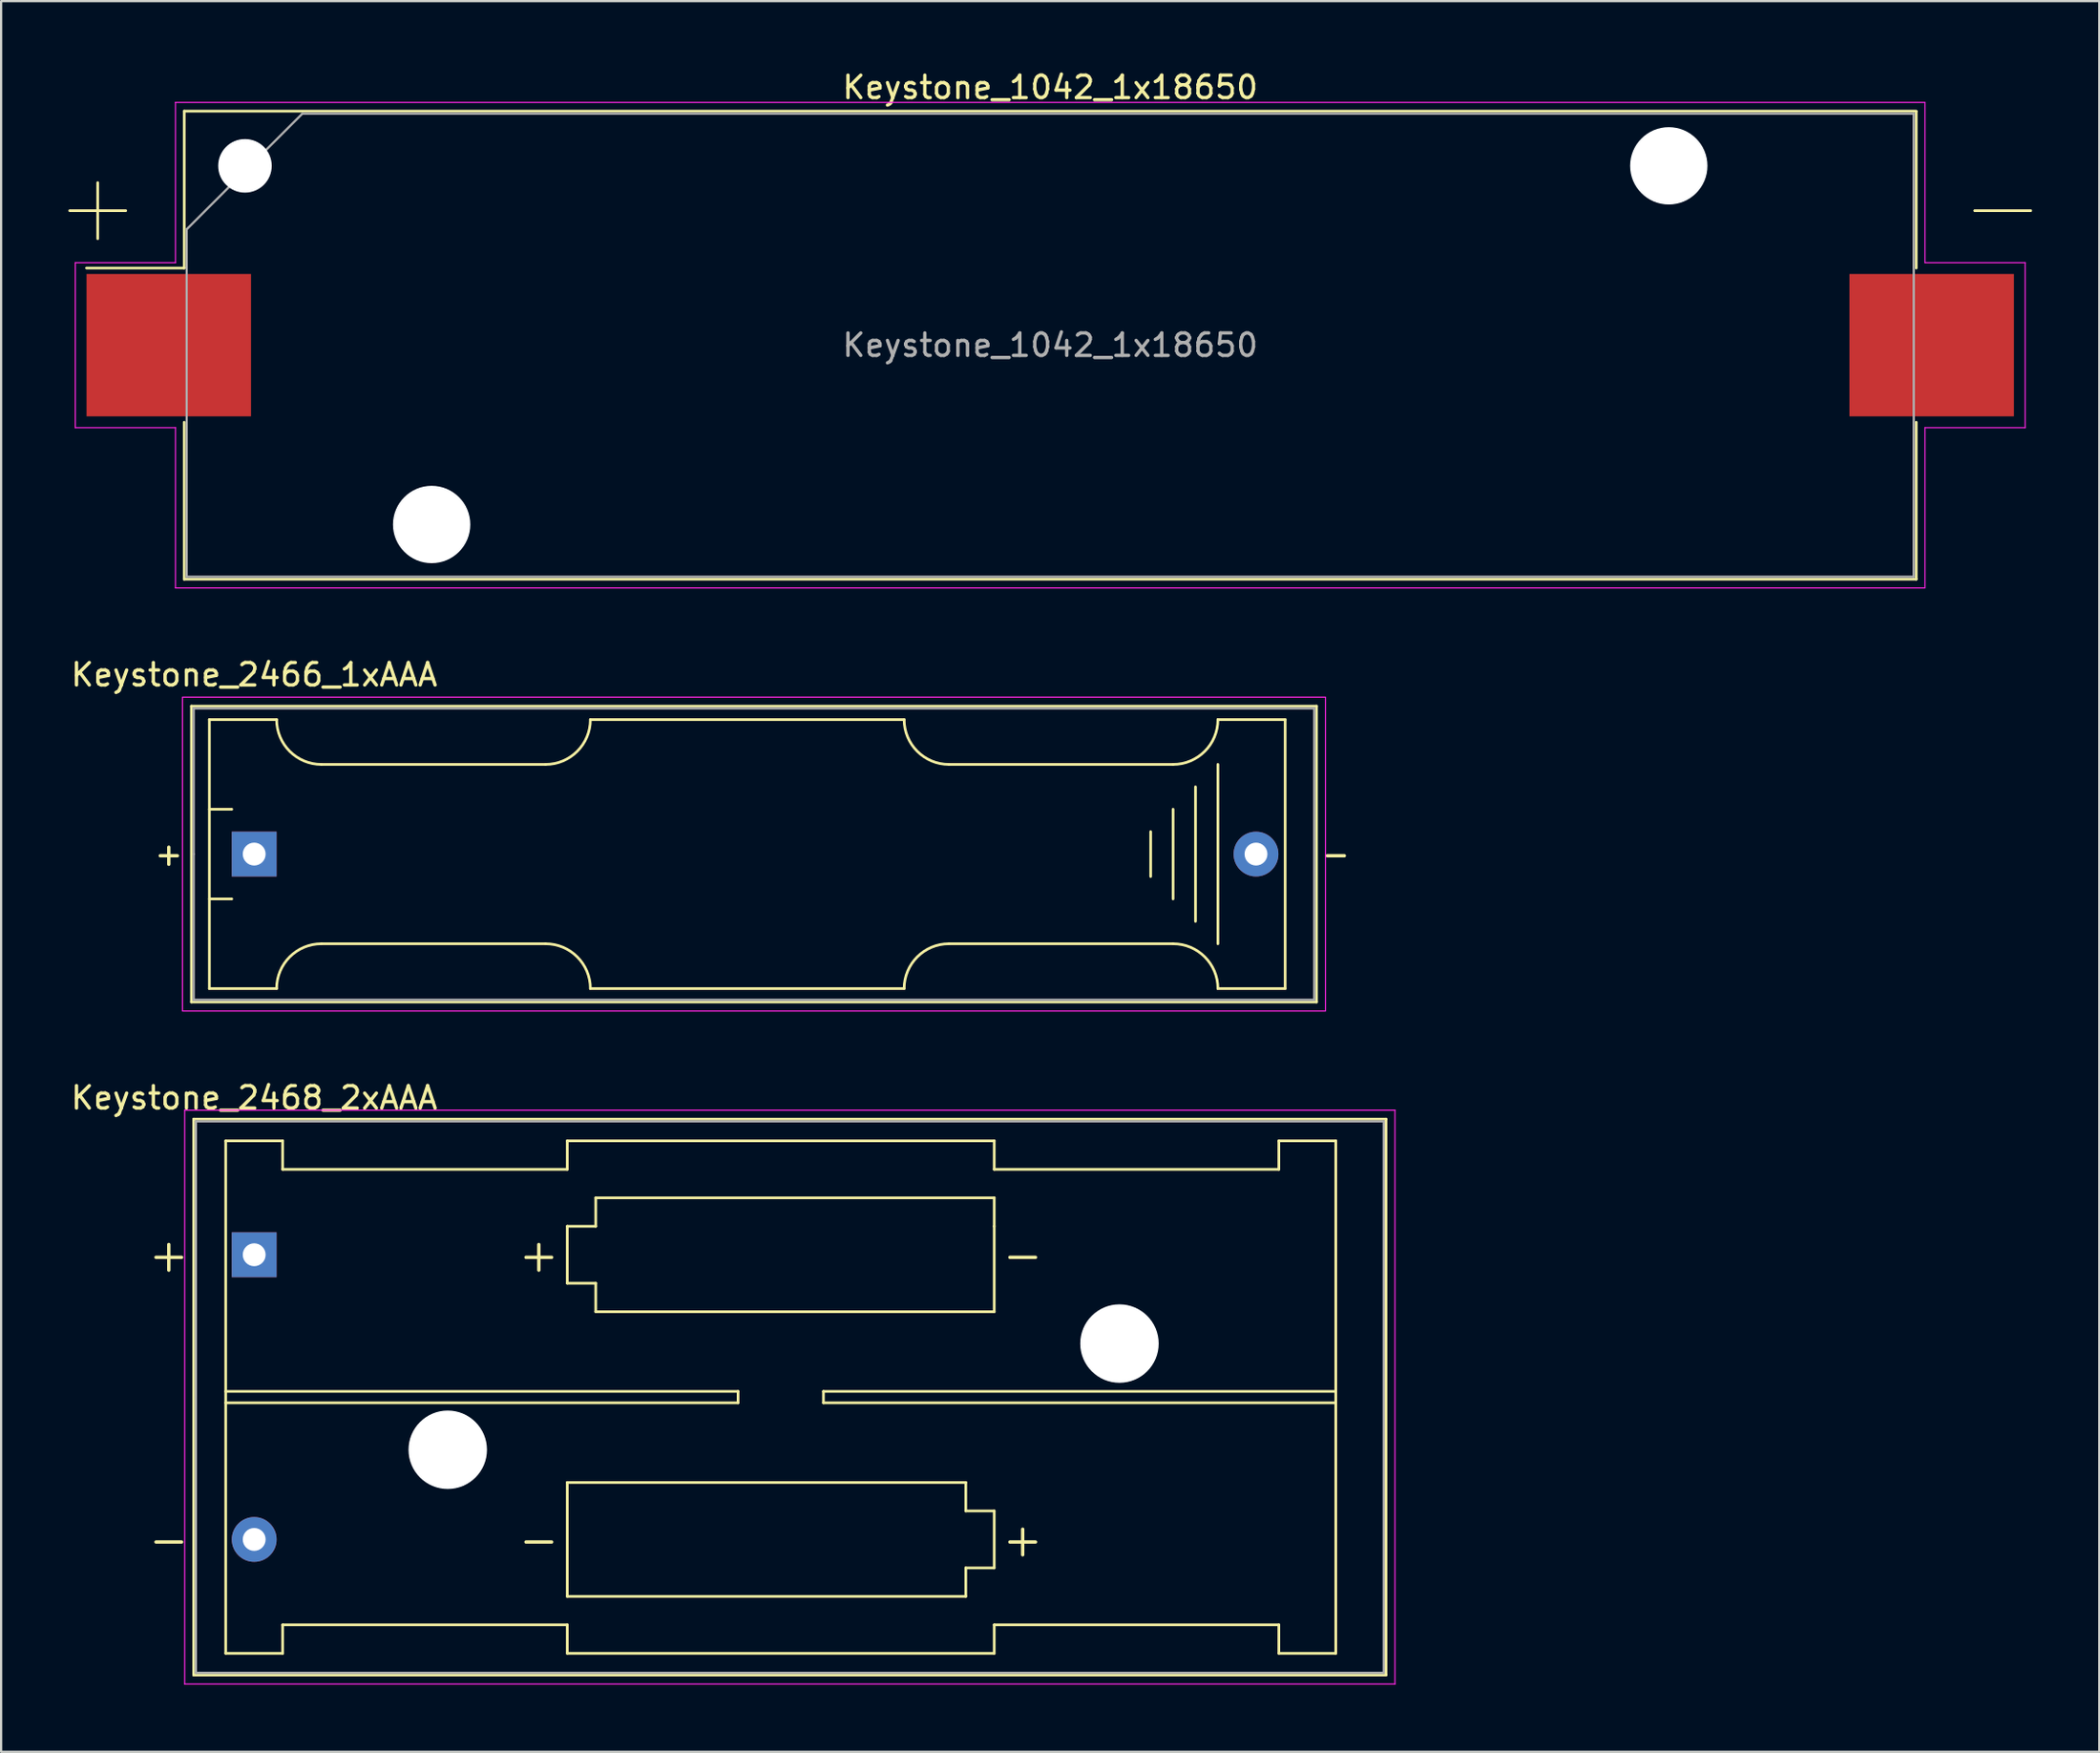
<source format=kicad_pcb>
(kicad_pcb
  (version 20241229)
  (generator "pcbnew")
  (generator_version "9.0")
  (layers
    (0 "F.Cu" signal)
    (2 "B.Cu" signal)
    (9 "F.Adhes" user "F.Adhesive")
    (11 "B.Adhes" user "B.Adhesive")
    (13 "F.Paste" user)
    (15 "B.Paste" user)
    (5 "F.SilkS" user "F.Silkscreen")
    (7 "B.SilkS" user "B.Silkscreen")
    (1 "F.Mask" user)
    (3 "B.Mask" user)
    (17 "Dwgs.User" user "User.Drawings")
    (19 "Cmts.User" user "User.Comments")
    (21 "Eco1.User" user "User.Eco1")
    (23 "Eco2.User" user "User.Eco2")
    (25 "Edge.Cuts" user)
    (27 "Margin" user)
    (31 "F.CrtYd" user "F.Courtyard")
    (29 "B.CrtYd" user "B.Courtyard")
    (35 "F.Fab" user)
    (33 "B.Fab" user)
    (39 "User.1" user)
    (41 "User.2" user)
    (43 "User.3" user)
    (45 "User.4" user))
  (footprint "Keystone_2468_2xAAA"
    (layer "F.Cu")
    (at 8.292 52.925)
    (property "Reference" "Keystone_2468_2xAAA" (at 0 -7 180) (layer "F.SilkS") (effects (font (size 1 1) (thickness 0.15))))
    (attr through_hole)
    (fp_line (start -2.7 -6.05) (end -2.7 18.75) (stroke (width 0.12) (type solid)) (layer "F.SilkS"))
    (fp_line (start -2.7 18.75) (end 50.5 18.75) (stroke (width 0.12) (type solid)) (layer "F.SilkS"))
    (fp_line (start -1.27 -5.08) (end -1.27 17.78) (stroke (width 0.12) (type solid)) (layer "F.SilkS"))
    (fp_line (start -1.27 6.096) (end 21.59 6.096) (stroke (width 0.12) (type solid)) (layer "F.SilkS"))
    (fp_line (start -1.27 17.78) (end 1.27 17.78) (stroke (width 0.12) (type solid)) (layer "F.SilkS"))
    (fp_line (start 1.27 -5.08) (end -1.27 -5.08) (stroke (width 0.12) (type solid)) (layer "F.SilkS"))
    (fp_line (start 1.27 -3.81) (end 1.27 -5.08) (stroke (width 0.12) (type solid)) (layer "F.SilkS"))
    (fp_line (start 1.27 -3.81) (end 13.97 -3.81) (stroke (width 0.12) (type solid)) (layer "F.SilkS"))
    (fp_line (start 1.27 16.51) (end 13.97 16.51) (stroke (width 0.12) (type solid)) (layer "F.SilkS"))
    (fp_line (start 1.27 17.78) (end 1.27 16.51) (stroke (width 0.12) (type solid)) (layer "F.SilkS"))
    (fp_line (start 13.97 -5.08) (end 13.97 -3.81) (stroke (width 0.12) (type solid)) (layer "F.SilkS"))
    (fp_line (start 13.97 -1.27) (end 15.24 -1.27) (stroke (width 0.12) (type solid)) (layer "F.SilkS"))
    (fp_line (start 13.97 1.27) (end 13.97 -1.27) (stroke (width 0.12) (type solid)) (layer "F.SilkS"))
    (fp_line (start 13.97 10.16) (end 31.75 10.16) (stroke (width 0.12) (type solid)) (layer "F.SilkS"))
    (fp_line (start 13.97 15.24) (end 13.97 10.16) (stroke (width 0.12) (type solid)) (layer "F.SilkS"))
    (fp_line (start 13.97 16.51) (end 13.97 17.78) (stroke (width 0.12) (type solid)) (layer "F.SilkS"))
    (fp_line (start 13.97 17.78) (end 33.02 17.78) (stroke (width 0.12) (type solid)) (layer "F.SilkS"))
    (fp_line (start 15.24 -2.54) (end 33.02 -2.54) (stroke (width 0.12) (type solid)) (layer "F.SilkS"))
    (fp_line (start 15.24 -1.27) (end 15.24 -2.54) (stroke (width 0.12) (type solid)) (layer "F.SilkS"))
    (fp_line (start 15.24 1.27) (end 13.97 1.27) (stroke (width 0.12) (type solid)) (layer "F.SilkS"))
    (fp_line (start 15.24 2.54) (end 15.24 1.27) (stroke (width 0.12) (type solid)) (layer "F.SilkS"))
    (fp_line (start 21.59 6.096) (end 21.59 6.604) (stroke (width 0.12) (type solid)) (layer "F.SilkS"))
    (fp_line (start 21.59 6.604) (end -1.27 6.604) (stroke (width 0.12) (type solid)) (layer "F.SilkS"))
    (fp_line (start 25.4 6.096) (end 25.4 6.604) (stroke (width 0.12) (type solid)) (layer "F.SilkS"))
    (fp_line (start 25.4 6.604) (end 48.26 6.604) (stroke (width 0.12) (type solid)) (layer "F.SilkS"))
    (fp_line (start 31.75 10.16) (end 31.75 11.43) (stroke (width 0.12) (type solid)) (layer "F.SilkS"))
    (fp_line (start 31.75 11.43) (end 33.02 11.43) (stroke (width 0.12) (type solid)) (layer "F.SilkS"))
    (fp_line (start 31.75 13.97) (end 31.75 15.24) (stroke (width 0.12) (type solid)) (layer "F.SilkS"))
    (fp_line (start 31.75 15.24) (end 13.97 15.24) (stroke (width 0.12) (type solid)) (layer "F.SilkS"))
    (fp_line (start 33.02 -5.08) (end 13.97 -5.08) (stroke (width 0.12) (type solid)) (layer "F.SilkS"))
    (fp_line (start 33.02 -3.81) (end 33.02 -5.08) (stroke (width 0.12) (type solid)) (layer "F.SilkS"))
    (fp_line (start 33.02 -2.54) (end 33.02 -1.27) (stroke (width 0.12) (type solid)) (layer "F.SilkS"))
    (fp_line (start 33.02 -1.27) (end 33.02 2.54) (stroke (width 0.12) (type solid)) (layer "F.SilkS"))
    (fp_line (start 33.02 2.54) (end 15.24 2.54) (stroke (width 0.12) (type solid)) (layer "F.SilkS"))
    (fp_line (start 33.02 11.43) (end 33.02 13.97) (stroke (width 0.12) (type solid)) (layer "F.SilkS"))
    (fp_line (start 33.02 13.97) (end 31.75 13.97) (stroke (width 0.12) (type solid)) (layer "F.SilkS"))
    (fp_line (start 33.02 17.78) (end 33.02 16.51) (stroke (width 0.12) (type solid)) (layer "F.SilkS"))
    (fp_line (start 45.72 -5.08) (end 45.72 -3.81) (stroke (width 0.12) (type solid)) (layer "F.SilkS"))
    (fp_line (start 45.72 -3.81) (end 33.02 -3.81) (stroke (width 0.12) (type solid)) (layer "F.SilkS"))
    (fp_line (start 45.72 16.51) (end 33.02 16.51) (stroke (width 0.12) (type solid)) (layer "F.SilkS"))
    (fp_line (start 45.72 17.78) (end 45.72 16.51) (stroke (width 0.12) (type solid)) (layer "F.SilkS"))
    (fp_line (start 48.26 -5.08) (end 45.72 -5.08) (stroke (width 0.12) (type solid)) (layer "F.SilkS"))
    (fp_line (start 48.26 -5.08) (end 48.26 17.78) (stroke (width 0.12) (type solid)) (layer "F.SilkS"))
    (fp_line (start 48.26 6.096) (end 25.4 6.096) (stroke (width 0.12) (type solid)) (layer "F.SilkS"))
    (fp_line (start 48.26 17.78) (end 45.72 17.78) (stroke (width 0.12) (type solid)) (layer "F.SilkS"))
    (fp_line (start 50.5 -6.05) (end -2.7 -6.05) (stroke (width 0.12) (type solid)) (layer "F.SilkS"))
    (fp_line (start 50.5 18.75) (end 50.5 -6.05) (stroke (width 0.12) (type solid)) (layer "F.SilkS"))
    (fp_line (start -3.1 -6.45) (end -3.1 19.15) (stroke (width 0.05) (type solid)) (layer "F.CrtYd"))
    (fp_line (start -3.1 19.15) (end 50.9 19.15) (stroke (width 0.05) (type solid)) (layer "F.CrtYd"))
    (fp_line (start 50.9 -6.45) (end -3.1 -6.45) (stroke (width 0.05) (type solid)) (layer "F.CrtYd"))
    (fp_line (start 50.9 19.15) (end 50.9 -6.45) (stroke (width 0.05) (type solid)) (layer "F.CrtYd"))
    (fp_line (start -2.6 -5.95) (end 50.4 -5.95) (stroke (width 0.1) (type solid)) (layer "F.Fab"))
    (fp_line (start -2.6 6.35) (end -2.6 -5.95) (stroke (width 0.1) (type solid)) (layer "F.Fab"))
    (fp_line (start -2.6 18.65) (end -2.6 6.35) (stroke (width 0.1) (type solid)) (layer "F.Fab"))
    (fp_line (start -2.6 18.65) (end 50.4 18.65) (stroke (width 0.1) (type solid)) (layer "F.Fab"))
    (fp_line (start 50.4 18.65) (end 50.4 -5.95) (stroke (width 0.1) (type solid)) (layer "F.Fab"))
    (fp_text user "-" (at 34.29 0 0) (layer "F.SilkS") (effects (font (size 1.5 1.5) (thickness 0.15))))
    (fp_text user "-" (at 12.7 12.7 0) (layer "F.SilkS") (effects (font (size 1.5 1.5) (thickness 0.15))))
    (fp_text user "+" (at -3.81 0 0) (layer "F.SilkS") (effects (font (size 1.5 1.5) (thickness 0.15))))
    (fp_text user "-" (at -3.81 12.7 0) (layer "F.SilkS") (effects (font (size 1.5 1.5) (thickness 0.15))))
    (fp_text user "+" (at 34.29 12.7 0) (layer "F.SilkS") (effects (font (size 1.5 1.5) (thickness 0.15))))
    (fp_text user "+" (at 12.7 0 0) (layer "F.SilkS") (effects (font (size 1.5 1.5) (thickness 0.15))))
    (pad "" np_thru_hole circle (at 8.636 8.7) (size 3.5 3.5) (drill 3.5) (layers "*.Cu" "*.Mask"))
    (pad "" np_thru_hole circle (at 38.608 3.962) (size 3.5 3.5) (drill 3.5) (layers "*.Cu" "*.Mask"))
    (pad "1" thru_hole rect (at 0 0) (size 2 2) (drill 1.02) (layers "*.Cu" "*.Mask"))
    (pad "2" thru_hole circle (at 0 12.7) (size 2 2) (drill 1.02) (layers "*.Cu" "*.Mask")))
  (footprint "Keystone_2466_1xAAA"
    (layer "F.Cu")
    (at 8.292 35.051)
    (property "Reference" "Keystone_2466_1xAAA" (at 0 -8 180) (layer "F.SilkS") (effects (font (size 1 1) (thickness 0.15))))
    (attr through_hole)
    (fp_line (start -2.8 -6.6) (end -2.8 6.6) (stroke (width 0.12) (type solid)) (layer "F.SilkS"))
    (fp_line (start -2.8 6.6) (end 47.4 6.6) (stroke (width 0.12) (type solid)) (layer "F.SilkS"))
    (fp_line (start -2 -6) (end -2 6) (stroke (width 0.12) (type solid)) (layer "F.SilkS"))
    (fp_line (start -2 -6) (end 1 -6) (stroke (width 0.12) (type solid)) (layer "F.SilkS"))
    (fp_line (start -2 -2) (end -1 -2) (stroke (width 0.12) (type solid)) (layer "F.SilkS"))
    (fp_line (start -2 6) (end 1 6) (stroke (width 0.12) (type solid)) (layer "F.SilkS"))
    (fp_line (start -1 2) (end -2 2) (stroke (width 0.12) (type solid)) (layer "F.SilkS"))
    (fp_line (start 3 -4) (end 13 -4) (stroke (width 0.12) (type solid)) (layer "F.SilkS"))
    (fp_line (start 3 4) (end 13 4) (stroke (width 0.12) (type solid)) (layer "F.SilkS"))
    (fp_line (start 15 6) (end 29 6) (stroke (width 0.12) (type solid)) (layer "F.SilkS"))
    (fp_line (start 29 -6) (end 15 -6) (stroke (width 0.12) (type solid)) (layer "F.SilkS"))
    (fp_line (start 40 -1) (end 40 1) (stroke (width 0.12) (type solid)) (layer "F.SilkS"))
    (fp_line (start 41 -4) (end 31 -4) (stroke (width 0.12) (type solid)) (layer "F.SilkS"))
    (fp_line (start 41 -2) (end 41 2) (stroke (width 0.12) (type solid)) (layer "F.SilkS"))
    (fp_line (start 41 4) (end 31 4) (stroke (width 0.12) (type solid)) (layer "F.SilkS"))
    (fp_line (start 42 3) (end 42 -3) (stroke (width 0.12) (type solid)) (layer "F.SilkS"))
    (fp_line (start 43 -4) (end 43 4) (stroke (width 0.12) (type solid)) (layer "F.SilkS"))
    (fp_line (start 46 -6) (end 43 -6) (stroke (width 0.12) (type solid)) (layer "F.SilkS"))
    (fp_line (start 46 -6) (end 46 6) (stroke (width 0.12) (type solid)) (layer "F.SilkS"))
    (fp_line (start 46 6) (end 43 6) (stroke (width 0.12) (type solid)) (layer "F.SilkS"))
    (fp_line (start 47.4 -6.6) (end -2.8 -6.6) (stroke (width 0.12) (type solid)) (layer "F.SilkS"))
    (fp_line (start 47.4 6.6) (end 47.4 -6.6) (stroke (width 0.12) (type solid)) (layer "F.SilkS"))
    (fp_arc (start 1 6) (mid 1.585786 4.585786) (end 3 4) (stroke (width 0.12) (type solid)) (layer "F.SilkS"))
    (fp_arc (start 3 -4) (mid 1.585786 -4.585786) (end 1 -6) (stroke (width 0.12) (type solid)) (layer "F.SilkS"))
    (fp_arc (start 13 4) (mid 14.414214 4.585786) (end 15 6) (stroke (width 0.12) (type solid)) (layer "F.SilkS"))
    (fp_arc (start 15 -6) (mid 14.414214 -4.585786) (end 13 -4) (stroke (width 0.12) (type solid)) (layer "F.SilkS"))
    (fp_arc (start 29 6) (mid 29.585786 4.585786) (end 31 4) (stroke (width 0.12) (type solid)) (layer "F.SilkS"))
    (fp_arc (start 31 -4) (mid 29.585786 -4.585786) (end 29 -6) (stroke (width 0.12) (type solid)) (layer "F.SilkS"))
    (fp_arc (start 41 4) (mid 42.414214 4.585786) (end 43 6) (stroke (width 0.12) (type solid)) (layer "F.SilkS"))
    (fp_arc (start 43 -6) (mid 42.414214 -4.585786) (end 41 -4) (stroke (width 0.12) (type solid)) (layer "F.SilkS"))
    (fp_line (start -3.2 -7) (end -3.2 7) (stroke (width 0.05) (type solid)) (layer "F.CrtYd"))
    (fp_line (start -3.2 7) (end 47.8 7) (stroke (width 0.05) (type solid)) (layer "F.CrtYd"))
    (fp_line (start 47.8 -7) (end -3.2 -7) (stroke (width 0.05) (type solid)) (layer "F.CrtYd"))
    (fp_line (start 47.8 7) (end 47.8 -7) (stroke (width 0.05) (type solid)) (layer "F.CrtYd"))
    (fp_line (start -2.7 -6.5) (end 47.3 -6.5) (stroke (width 0.1) (type solid)) (layer "F.Fab"))
    (fp_line (start -2.7 0) (end -2.7 -6.5) (stroke (width 0.1) (type solid)) (layer "F.Fab"))
    (fp_line (start -2.7 6.5) (end -2.7 0) (stroke (width 0.1) (type solid)) (layer "F.Fab"))
    (fp_line (start 47.3 -6.5) (end 47.3 6.5) (stroke (width 0.1) (type solid)) (layer "F.Fab"))
    (fp_line (start 47.3 6.5) (end -2.7 6.5) (stroke (width 0.1) (type solid)) (layer "F.Fab"))
    (fp_text user "-" (at 48.26 0 0) (layer "F.SilkS") (effects (font (size 1 1) (thickness 0.15))))
    (fp_text user "+" (at -3.81 0 0) (layer "F.SilkS") (effects (font (size 1 1) (thickness 0.15))))
    (pad "1" thru_hole rect (at 0 0) (size 2 2) (drill 1.02) (layers "*.Cu" "*.Mask"))
    (pad "2" thru_hole circle (at 44.7 0) (size 2 2) (drill 1.02) (layers "*.Cu" "*.Mask")))
  (footprint "Keystone_1042_1x18650"
    (layer "F.Cu")
    (at 43.81 12.348)
    (property "Reference" "Keystone_1042_1x18650" (at 0 -11.5 0) (layer "F.SilkS") (effects (font (size 1 1) (thickness 0.15))))
    (attr smd)
    (fp_line (start -43.75 -6) (end -41.25 -6) (stroke (width 0.12) (type solid)) (layer "F.SilkS"))
    (fp_line (start -42.5 -4.75) (end -42.5 -7.25) (stroke (width 0.12) (type solid)) (layer "F.SilkS"))
    (fp_line (start -38.64 -10.44) (end -38.64 -3.44) (stroke (width 0.12) (type solid)) (layer "F.SilkS"))
    (fp_line (start -38.64 -3.44) (end -43 -3.44) (stroke (width 0.12) (type solid)) (layer "F.SilkS"))
    (fp_line (start -38.64 10.44) (end -38.64 3.44) (stroke (width 0.12) (type solid)) (layer "F.SilkS"))
    (fp_line (start 38.64 -10.44) (end -38.64 -10.44) (stroke (width 0.12) (type solid)) (layer "F.SilkS"))
    (fp_line (start 38.64 -3.44) (end 38.64 -10.42) (stroke (width 0.12) (type solid)) (layer "F.SilkS"))
    (fp_line (start 38.64 3.44) (end 38.64 10.44) (stroke (width 0.12) (type solid)) (layer "F.SilkS"))
    (fp_line (start 38.64 10.44) (end -38.64 10.44) (stroke (width 0.12) (type solid)) (layer "F.SilkS"))
    (fp_line (start 43.75 -6) (end 41.25 -6) (stroke (width 0.12) (type solid)) (layer "F.SilkS"))
    (fp_line (start -43.5 -3.68) (end -39.03 -3.68) (stroke (width 0.05) (type solid)) (layer "F.CrtYd"))
    (fp_line (start -43.5 3.68) (end -43.5 -3.68) (stroke (width 0.05) (type solid)) (layer "F.CrtYd"))
    (fp_line (start -39.03 -10.83) (end -39.03 -3.68) (stroke (width 0.05) (type solid)) (layer "F.CrtYd"))
    (fp_line (start -39.03 -10.83) (end 39.03 -10.83) (stroke (width 0.05) (type solid)) (layer "F.CrtYd"))
    (fp_line (start -39.03 3.68) (end -43.5 3.68) (stroke (width 0.05) (type solid)) (layer "F.CrtYd"))
    (fp_line (start -39.03 10.83) (end -39.03 3.68) (stroke (width 0.05) (type solid)) (layer "F.CrtYd"))
    (fp_line (start -39.03 10.83) (end 39.03 10.83) (stroke (width 0.05) (type solid)) (layer "F.CrtYd"))
    (fp_line (start 39.03 -10.83) (end 39.03 -3.68) (stroke (width 0.05) (type solid)) (layer "F.CrtYd"))
    (fp_line (start 39.03 3.68) (end 43.5 3.68) (stroke (width 0.05) (type solid)) (layer "F.CrtYd"))
    (fp_line (start 39.03 10.83) (end 39.03 3.68) (stroke (width 0.05) (type solid)) (layer "F.CrtYd"))
    (fp_line (start 43.5 -3.68) (end 39.03 -3.68) (stroke (width 0.05) (type solid)) (layer "F.CrtYd"))
    (fp_line (start 43.5 3.68) (end 43.5 -3.68) (stroke (width 0.05) (type solid)) (layer "F.CrtYd"))
    (fp_line (start -38.53 -5.168) (end -38.53 10.33) (stroke (width 0.1) (type solid)) (layer "F.Fab"))
    (fp_line (start -38.53 10.33) (end 38.53 10.33) (stroke (width 0.1) (type solid)) (layer "F.Fab"))
    (fp_line (start -33.367 -10.33) (end -38.53 -5.168) (stroke (width 0.1) (type solid)) (layer "F.Fab"))
    (fp_line (start -33.367 -10.33) (end 38.53 -10.33) (stroke (width 0.1) (type solid)) (layer "F.Fab"))
    (fp_line (start 38.53 -10.33) (end 38.53 10.33) (stroke (width 0.1) (type solid)) (layer "F.Fab"))
    (fp_text user "${REFERENCE}" (at 0 0 0) (layer "F.Fab") (effects (font (size 1 1) (thickness 0.15))))
    (pad "" np_thru_hole circle (at -35.93 -8) (size 2.39 2.39) (drill 2.39) (layers "*.Cu" "*.Mask"))
    (pad "" np_thru_hole circle (at -27.6 8) (size 3.45 3.45) (drill 3.45) (layers "*.Cu" "*.Mask"))
    (pad "" np_thru_hole circle (at 27.6 -8) (size 3.45 3.45) (drill 3.45) (layers "*.Cu" "*.Mask"))
    (pad "1" smd rect (at -39.33 0) (size 7.34 6.35) (layers "F.Cu" "F.Mask" "F.Paste"))
    (pad "2" smd rect (at 39.33 0) (size 7.34 6.35) (layers "F.Cu" "F.Mask" "F.Paste")))
  (gr_rect
    (start -3 -3)
    (end 90.62 75.1)
    (stroke (width 0.1) (type default))
    (fill no)
    (layer "Edge.Cuts")))
</source>
